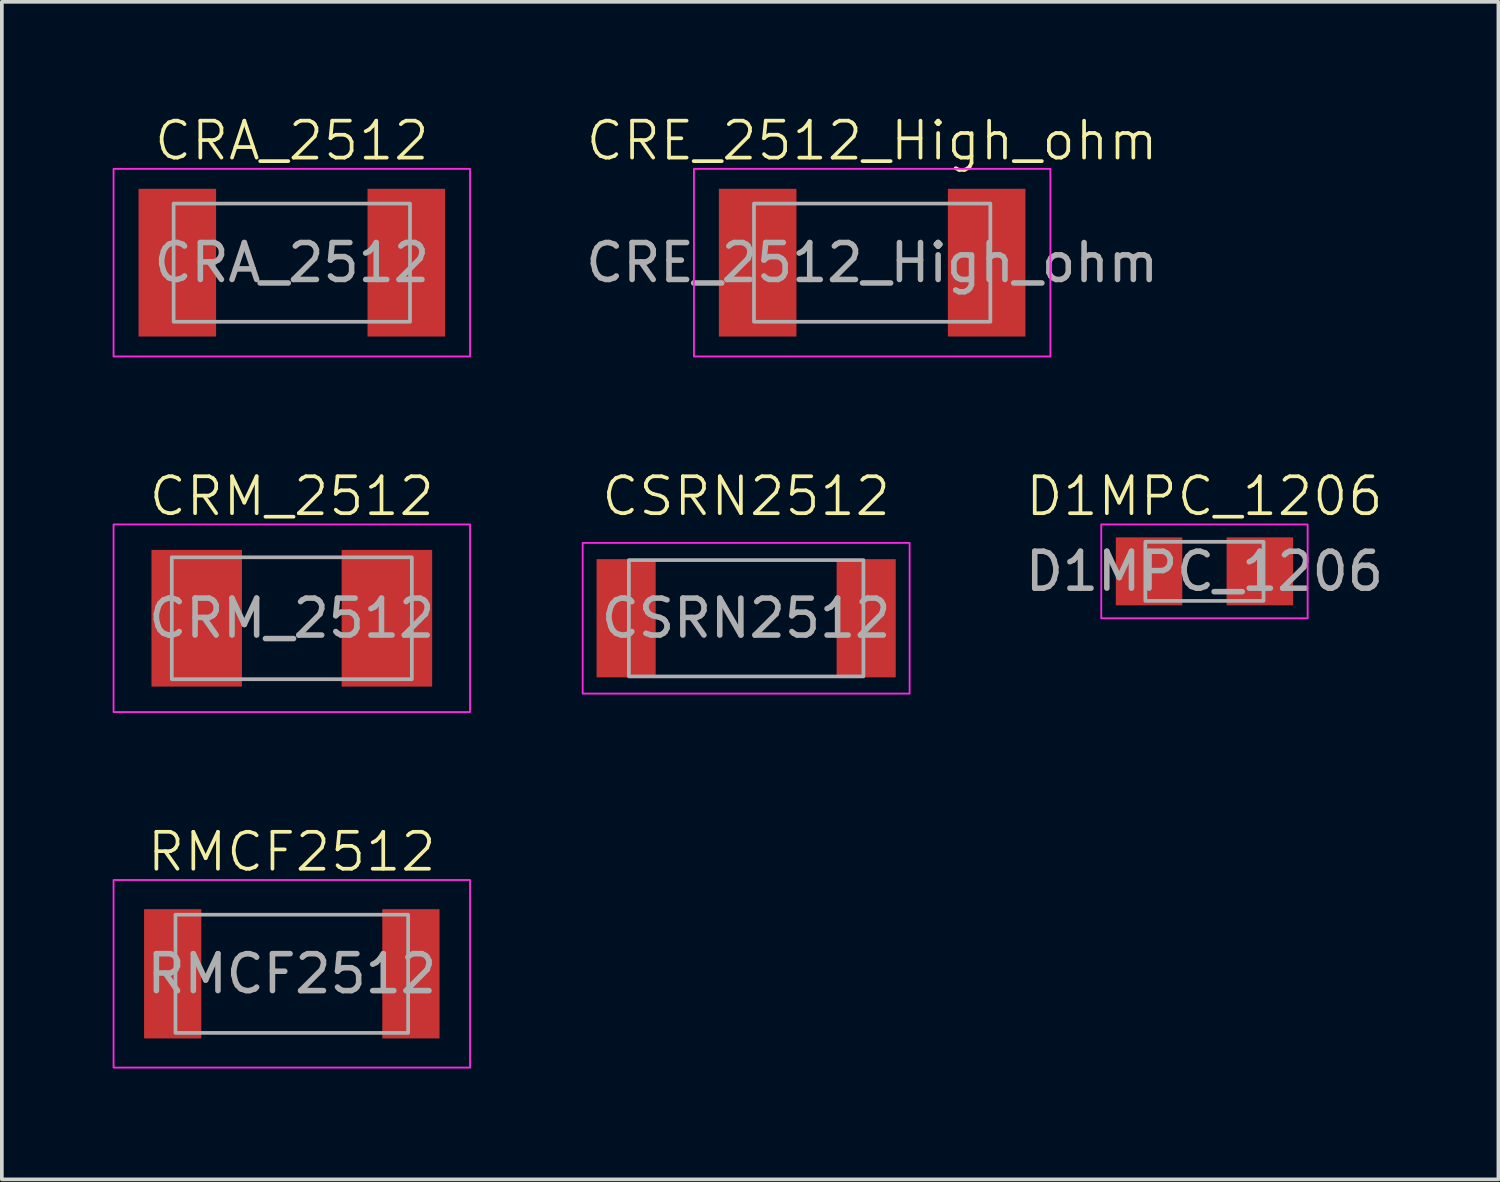
<source format=kicad_pcb>
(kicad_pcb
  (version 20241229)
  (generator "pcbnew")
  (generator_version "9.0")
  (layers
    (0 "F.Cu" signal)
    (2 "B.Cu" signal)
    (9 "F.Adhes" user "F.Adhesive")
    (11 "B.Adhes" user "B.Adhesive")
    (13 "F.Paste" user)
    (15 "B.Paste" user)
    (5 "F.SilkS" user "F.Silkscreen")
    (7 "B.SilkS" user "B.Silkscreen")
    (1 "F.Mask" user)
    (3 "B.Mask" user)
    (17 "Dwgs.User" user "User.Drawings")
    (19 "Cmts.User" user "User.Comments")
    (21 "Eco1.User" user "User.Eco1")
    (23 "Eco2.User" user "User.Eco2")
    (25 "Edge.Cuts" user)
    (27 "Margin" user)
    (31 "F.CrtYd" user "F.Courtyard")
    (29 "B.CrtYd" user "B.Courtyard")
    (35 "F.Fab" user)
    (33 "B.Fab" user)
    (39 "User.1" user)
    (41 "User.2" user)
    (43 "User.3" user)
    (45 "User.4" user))
  (footprint "CRA_2512"
    (layer "F.Cu")
    (at 4.851 4.062)
    (property "Reference" "CRA_2512" (at 0 -3.302 0) (unlocked yes) (layer "F.SilkS") (effects (font (size 1 1) (thickness 0.1))))
    (attr smd)
    (fp_rect (start -4.826 -2.54) (end 4.826 2.54) (stroke (width 0.05) (type default)) (fill no) (layer "F.CrtYd"))
    (fp_rect (start -3.2 1.6) (end 3.2 -1.6) (stroke (width 0.1) (type default)) (fill no) (layer "F.Fab"))
    (fp_text user "${REFERENCE}" (at 0 0 0) (unlocked yes) (layer "F.Fab") (effects (font (size 1 1) (thickness 0.15))))
    (pad "1" smd rect (at -3.1 0) (size 2.1 4) (layers "F.Cu" "F.Mask" "F.Paste"))
    (pad "2" smd rect (at 3.1 0) (size 2.1 4) (layers "F.Cu" "F.Mask" "F.Paste")))
  (footprint "D1MPC_1206"
    (layer "F.Cu")
    (at 29.562 12.42)
    (property "Reference" "D1MPC_1206" (at 0 -2.032 0) (unlocked yes) (layer "F.SilkS") (effects (font (size 1 1) (thickness 0.1))))
    (attr smd)
    (fp_rect (start -2.794 -1.27) (end 2.794 1.27) (stroke (width 0.05) (type default)) (fill no) (layer "F.CrtYd"))
    (fp_rect (start -1.6 0.8) (end 1.6 -0.8) (stroke (width 0.1) (type default)) (fill no) (layer "F.Fab"))
    (fp_text user "${REFERENCE}" (at 0 0 0) (unlocked yes) (layer "F.Fab") (effects (font (size 1 1) (thickness 0.15))))
    (pad "1" smd rect (at -1.5 0) (size 1.8 1.84) (layers "F.Cu" "F.Mask" "F.Paste"))
    (pad "2" smd rect (at 1.5 0) (size 1.8 1.84) (layers "F.Cu" "F.Mask" "F.Paste")))
  (footprint "CSRN2512"
    (layer "F.Cu")
    (at 17.153 13.69)
    (property "Reference" "CSRN2512" (at 0 -3.302 0) (unlocked yes) (layer "F.SilkS") (effects (font (size 1 1) (thickness 0.1))))
    (attr smd)
    (fp_rect (start -4.426 -2.04) (end 4.426 2.04) (stroke (width 0.05) (type default)) (fill no) (layer "F.CrtYd"))
    (fp_rect (start -3.175 1.575) (end 3.175 -1.575) (stroke (width 0.1) (type default)) (fill no) (layer "F.Fab"))
    (fp_text user "${REFERENCE}" (at 0 0 0) (unlocked yes) (layer "F.Fab") (effects (font (size 1 1) (thickness 0.15))))
    (pad "1" smd rect (at -3.25 0) (size 1.6 3.2) (layers "F.Cu" "F.Mask" "F.Paste"))
    (pad "2" smd rect (at 3.25 0) (size 1.6 3.2) (layers "F.Cu" "F.Mask" "F.Paste")))
  (footprint "CRM_2512"
    (layer "F.Cu")
    (at 4.851 13.69)
    (property "Reference" "CRM_2512" (at 0 -3.302 0) (unlocked yes) (layer "F.SilkS") (effects (font (size 1 1) (thickness 0.1))))
    (attr smd)
    (fp_rect (start -4.826 -2.54) (end 4.826 2.54) (stroke (width 0.05) (type default)) (fill no) (layer "F.CrtYd"))
    (fp_rect (start -3.25 1.65) (end 3.25 -1.65) (stroke (width 0.1) (type default)) (fill no) (layer "F.Fab"))
    (fp_text user "${REFERENCE}" (at 0 0 0) (unlocked yes) (layer "F.Fab") (effects (font (size 1 1) (thickness 0.15))))
    (pad "1" smd rect (at -2.575 0) (size 2.45 3.7) (layers "F.Cu" "F.Mask" "F.Paste"))
    (pad "2" smd rect (at 2.575 0) (size 2.45 3.7) (layers "F.Cu" "F.Mask" "F.Paste")))
  (footprint "RMCF2512"
    (layer "F.Cu")
    (at 4.851 23.317)
    (property "Reference" "RMCF2512" (at 0 -3.302 0) (unlocked yes) (layer "F.SilkS") (effects (font (size 1 1) (thickness 0.1))))
    (attr smd)
    (fp_rect (start -4.826 -2.54) (end 4.826 2.54) (stroke (width 0.05) (type default)) (fill no) (layer "F.CrtYd"))
    (fp_rect (start -3.15 1.6) (end 3.15 -1.6) (stroke (width 0.1) (type default)) (fill no) (layer "F.Fab"))
    (fp_text user "${REFERENCE}" (at 0 0 0) (unlocked yes) (layer "F.Fab") (effects (font (size 1 1) (thickness 0.15))))
    (pad "1" smd rect (at -3.225 0) (size 1.55 3.5) (layers "F.Cu" "F.Mask" "F.Paste"))
    (pad "2" smd rect (at 3.225 0) (size 1.55 3.5) (layers "F.Cu" "F.Mask" "F.Paste")))
  (footprint "CRE_2512_High_ohm"
    (layer "F.Cu")
    (at 20.565 4.062)
    (property "Reference" "CRE_2512_High_ohm" (at 0 -3.302 0) (unlocked yes) (layer "F.SilkS") (effects (font (size 1 1) (thickness 0.1))))
    (attr smd)
    (fp_rect (start -4.826 -2.54) (end 4.826 2.54) (stroke (width 0.05) (type default)) (fill no) (layer "F.CrtYd"))
    (fp_rect (start -3.2 1.6) (end 3.2 -1.6) (stroke (width 0.1) (type default)) (fill no) (layer "F.Fab"))
    (fp_text user "${REFERENCE}" (at 0 0 0) (unlocked yes) (layer "F.Fab") (effects (font (size 1 1) (thickness 0.15))))
    (pad "1" smd rect (at -3.1 0) (size 2.1 4) (layers "F.Cu" "F.Mask" "F.Paste"))
    (pad "2" smd rect (at 3.1 0) (size 2.1 4) (layers "F.Cu" "F.Mask" "F.Paste")))
  (gr_rect
    (start -3 -3)
    (end 37.521 28.883)
    (stroke (width 0.1) (type default))
    (fill no)
    (layer "Edge.Cuts")))
</source>
